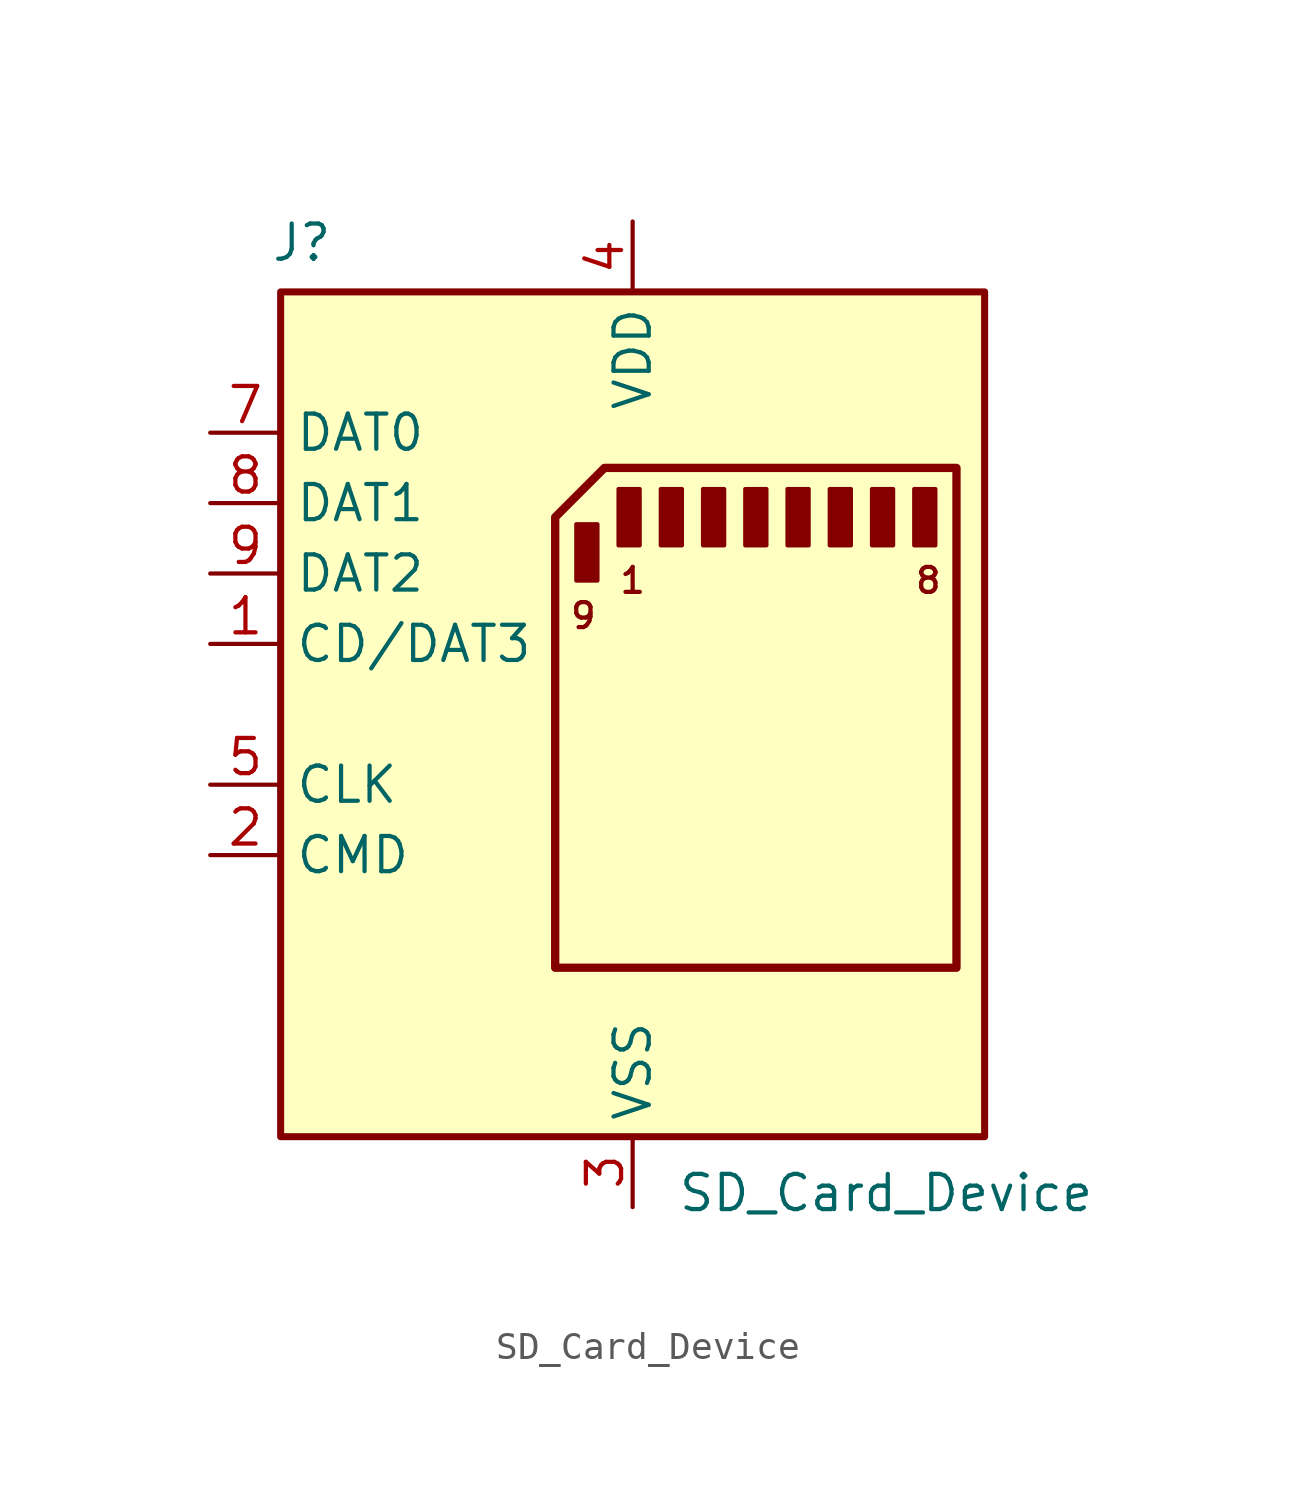
<source format=kicad_sym>
(kicad_symbol_lib
  (version 20241209)
  (generator "kicad_symbol_editor")
  (generator_version "9.0")
  (symbol "SD_Card_Device"
    (property "Reference" "J"
      (at -11.938 17.018 0)
      (effects (font (size 1.27 1.27))))
    (property "Value" "SD_Card_Device"
      (at 9.144 -17.272 0)
      (effects (font (size 1.27 1.27))))
    (symbol "SD_Card_Device_0_1"
      (rectangle (start -2.032 6.858) (end -1.27 4.826) (stroke (width 0) (type default)) (fill (type outline)))
      (rectangle (start -0.508 8.128) (end 0.254 6.096) (stroke (width 0) (type default)) (fill (type outline)))
      (rectangle (start 1.016 8.128) (end 1.778 6.096) (stroke (width 0) (type default)) (fill (type outline)))
      (rectangle (start 2.54 8.128) (end 3.302 6.096) (stroke (width 0) (type default)) (fill (type outline)))
      (rectangle (start 4.064 8.128) (end 4.826 6.096) (stroke (width 0) (type default)) (fill (type outline)))
      (rectangle (start 5.588 8.128) (end 6.35 6.096) (stroke (width 0) (type default)) (fill (type outline)))
      (rectangle (start 7.112 8.128) (end 7.874 6.096) (stroke (width 0) (type default)) (fill (type outline)))
      (rectangle (start 8.636 8.128) (end 9.398 6.096) (stroke (width 0) (type default)) (fill (type outline)))
      (rectangle (start 10.16 8.128) (end 10.922 6.096) (stroke (width 0) (type default)) (fill (type outline))))
    (symbol "SD_Card_Device_1_1"
      (rectangle (start -12.7 15.24) (end 12.7 -15.24) (stroke (width 0.254) (type default)) (fill (type background)))
      (polyline (pts (xy -1.016 8.89) (xy 11.684 8.89) (xy 11.684 -9.144) (xy -2.794 -9.144) (xy -2.794 7.112) (xy -1.016 8.89)) (stroke (width 0.3) (type default)) (fill (type none)))
      (text "9" (at -1.778 3.556 0) (effects (font (size 0.9 0.9))))
      (text "1" (at 0 4.826 0) (effects (font (size 0.9 0.9))))
      (text "8" (at 10.668 4.826 0) (effects (font (size 0.9 0.9))))
      (pin bidirectional line (at -15.24 10.16 0) (length 2.54) (name "DAT0" (effects (font (size 1.27 1.27)))) (number "7" (effects (font (size 1.27 1.27)))))
      (pin bidirectional line (at -15.24 7.62 0) (length 2.54) (name "DAT1" (effects (font (size 1.27 1.27)))) (number "8" (effects (font (size 1.27 1.27)))))
      (pin bidirectional line (at -15.24 5.08 0) (length 2.54) (name "DAT2" (effects (font (size 1.27 1.27)))) (number "9" (effects (font (size 1.27 1.27)))))
      (pin bidirectional line (at -15.24 2.54 0) (length 2.54) (name "CD/DAT3" (effects (font (size 1.27 1.27)))) (number "1" (effects (font (size 1.27 1.27)))))
      (pin input line (at -15.24 -2.54 0) (length 2.54) (name "CLK" (effects (font (size 1.27 1.27)))) (number "5" (effects (font (size 1.27 1.27)))))
      (pin bidirectional line (at -15.24 -5.08 0) (length 2.54) (name "CMD" (effects (font (size 1.27 1.27)))) (number "2" (effects (font (size 1.27 1.27)))))
      (pin power_in line (at 0 17.78 270) (length 2.54) (name "VDD" (effects (font (size 1.27 1.27)))) (number "4" (effects (font (size 1.27 1.27)))))
      (pin power_in line (at 0 -17.78 90) (length 2.54) (name "VSS" (effects (font (size 1.27 1.27)))) (number "3" (effects (font (size 1.27 1.27)))))
      (pin passive line (at 0 -17.78 90) (length 2.54) (hide yes) (name "VSS" (effects (font (size 1.27 1.27)))) (number "6" (effects (font (size 1.27 1.27))))))))
</source>
